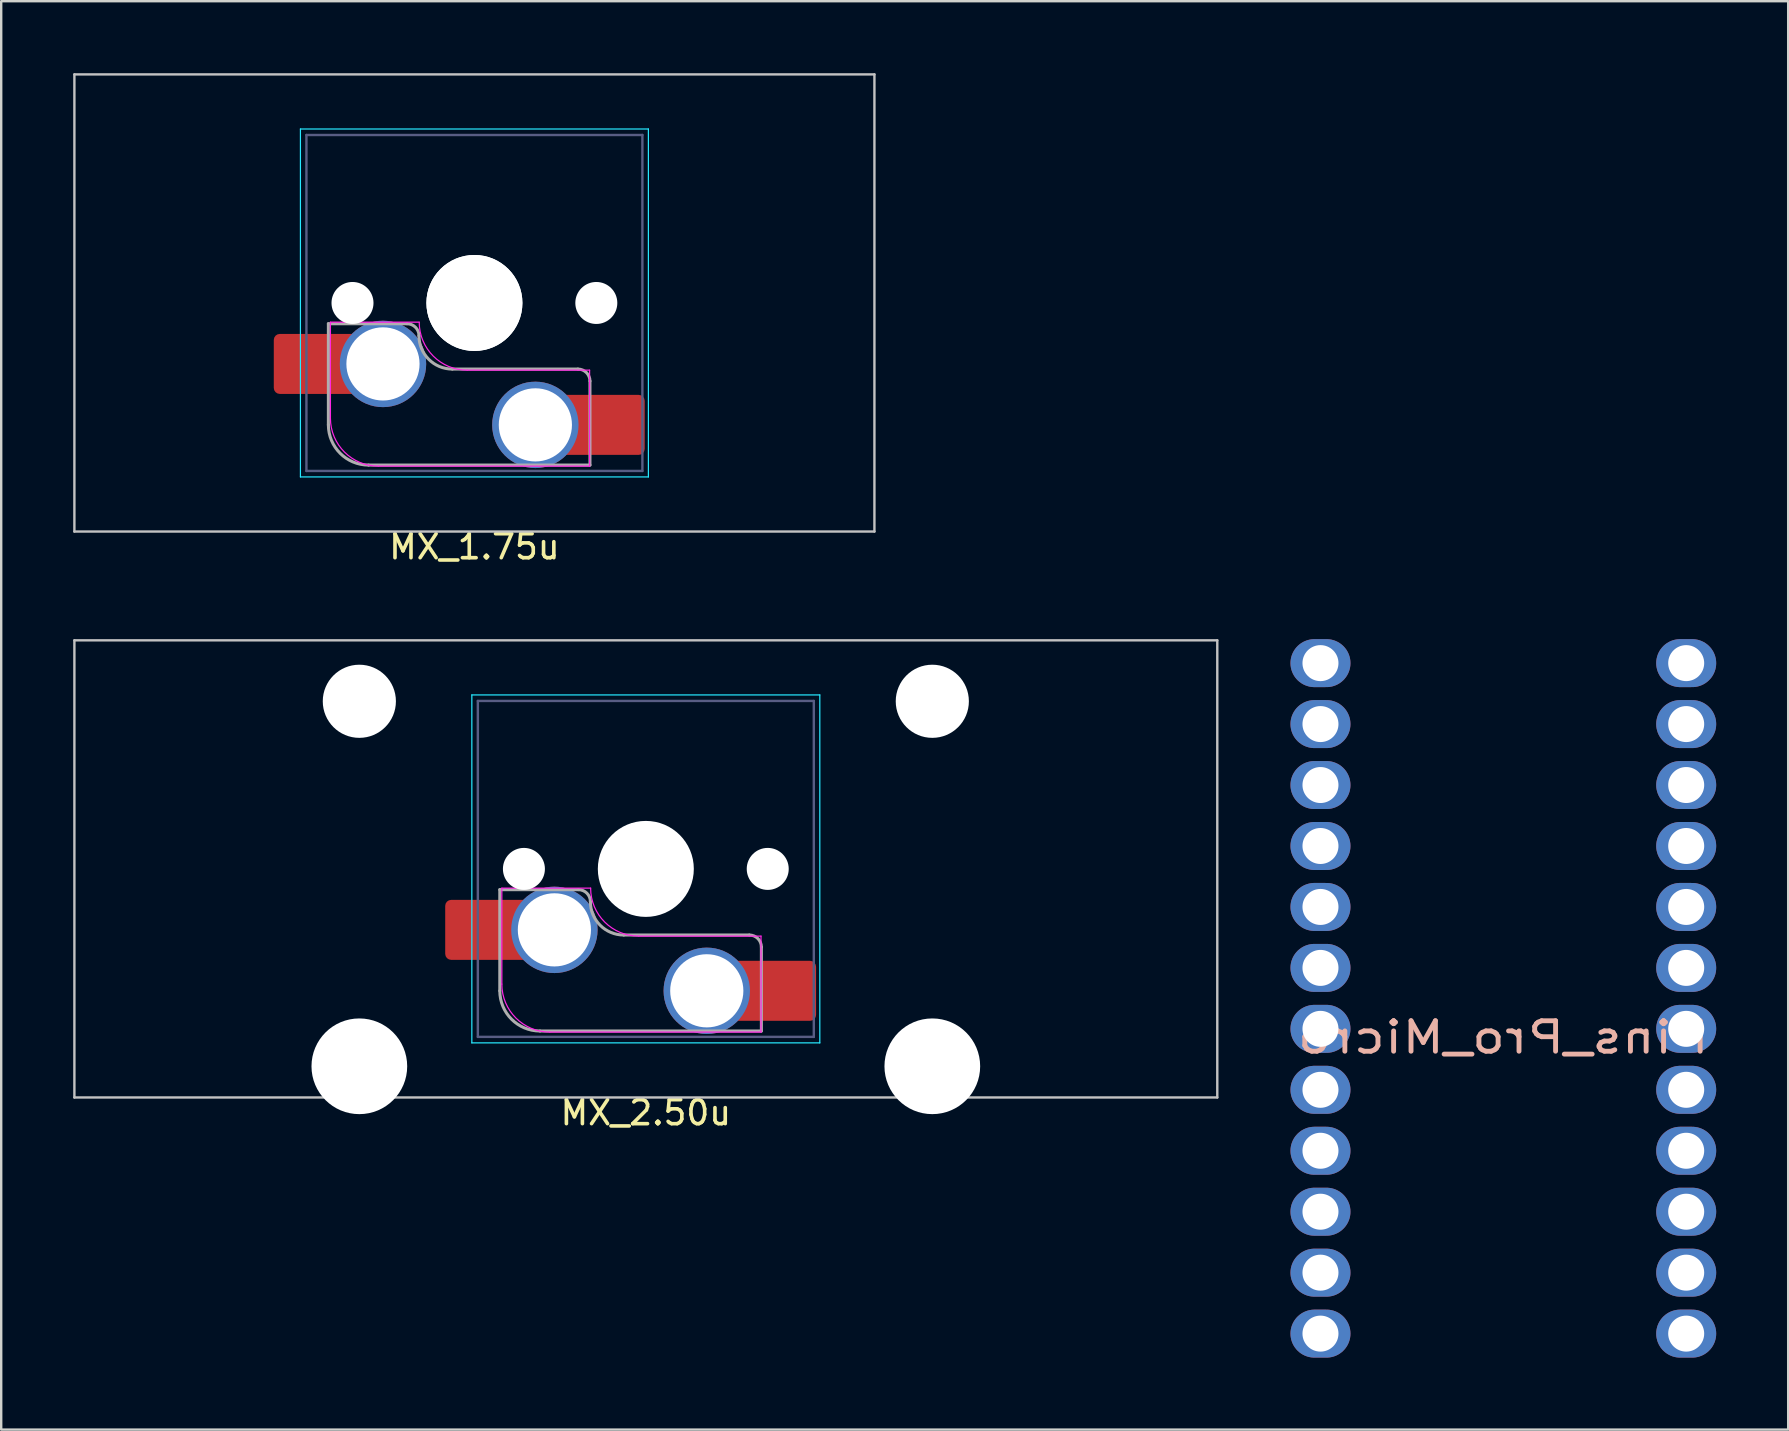
<source format=kicad_pcb>
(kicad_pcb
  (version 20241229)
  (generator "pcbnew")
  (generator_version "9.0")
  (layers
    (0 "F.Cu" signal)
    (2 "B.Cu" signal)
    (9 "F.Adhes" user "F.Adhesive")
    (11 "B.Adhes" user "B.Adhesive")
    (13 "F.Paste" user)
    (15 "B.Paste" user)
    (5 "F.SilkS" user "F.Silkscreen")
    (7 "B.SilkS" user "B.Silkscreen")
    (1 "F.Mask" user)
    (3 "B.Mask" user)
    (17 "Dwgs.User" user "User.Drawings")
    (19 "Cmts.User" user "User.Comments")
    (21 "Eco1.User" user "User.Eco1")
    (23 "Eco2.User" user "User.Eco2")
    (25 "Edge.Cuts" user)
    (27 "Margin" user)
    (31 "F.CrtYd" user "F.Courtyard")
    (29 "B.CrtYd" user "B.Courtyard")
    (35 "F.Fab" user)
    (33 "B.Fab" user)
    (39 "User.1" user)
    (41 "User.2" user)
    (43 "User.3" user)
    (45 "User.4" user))
  (footprint "Pins_Pro_Micro"
    (layer "F.Cu")
    (at 59.595 38.553)
    (property "Reference" "Pins_Pro_Micro" (at 0 1.625 0) (layer "B.SilkS") (effects (font (size 1.27 1.524) (thickness 0.203)) (justify mirror)))
    (attr through_hole)
    (pad "" thru_hole oval (at -7.62 -13.97 90) (size 2 2.5) (drill 1.5) (layers "*.Cu" "*.Mask"))
    (pad "" thru_hole oval (at -7.62 -11.43 90) (size 2 2.5) (drill 1.5) (layers "*.Cu" "*.Mask"))
    (pad "" thru_hole oval (at -7.62 -8.89 90) (size 2 2.5) (drill 1.5) (layers "*.Cu" "*.Mask"))
    (pad "" thru_hole oval (at -7.62 -6.35 90) (size 2 2.5) (drill 1.5) (layers "*.Cu" "*.Mask"))
    (pad "" thru_hole oval (at -7.62 -3.81 90) (size 2 2.5) (drill 1.5) (layers "*.Cu" "*.Mask"))
    (pad "" thru_hole oval (at -7.62 -1.27 90) (size 2 2.5) (drill 1.5) (layers "*.Cu" "*.Mask"))
    (pad "" thru_hole oval (at -7.62 1.27 90) (size 2 2.5) (drill 1.5) (layers "*.Cu" "*.Mask"))
    (pad "" thru_hole oval (at -7.62 3.81 90) (size 2 2.5) (drill 1.5) (layers "*.Cu" "*.Mask"))
    (pad "" thru_hole oval (at -7.62 6.35 90) (size 2 2.5) (drill 1.5) (layers "*.Cu" "*.Mask"))
    (pad "" thru_hole oval (at -7.62 8.89 90) (size 2 2.5) (drill 1.5) (layers "*.Cu" "*.Mask"))
    (pad "" thru_hole oval (at -7.62 11.43 90) (size 2 2.5) (drill 1.5) (layers "*.Cu" "*.Mask"))
    (pad "" thru_hole oval (at -7.62 13.97 90) (size 2 2.5) (drill 1.5) (layers "*.Cu" "*.Mask"))
    (pad "" thru_hole oval (at 7.62 -13.97 90) (size 2 2.5) (drill 1.5) (layers "*.Cu" "*.Mask"))
    (pad "" thru_hole oval (at 7.62 -11.43 90) (size 2 2.5) (drill 1.5) (layers "*.Cu" "*.Mask"))
    (pad "" thru_hole oval (at 7.62 -8.89 90) (size 2 2.5) (drill 1.5) (layers "*.Cu" "*.Mask"))
    (pad "" thru_hole oval (at 7.62 -6.35 90) (size 2 2.5) (drill 1.5) (layers "*.Cu" "*.Mask"))
    (pad "" thru_hole oval (at 7.62 -3.81 90) (size 2 2.5) (drill 1.5) (layers "*.Cu" "*.Mask"))
    (pad "" thru_hole oval (at 7.62 -1.27 90) (size 2 2.5) (drill 1.5) (layers "*.Cu" "*.Mask"))
    (pad "" thru_hole oval (at 7.62 1.27 90) (size 2 2.5) (drill 1.5) (layers "*.Cu" "*.Mask"))
    (pad "" thru_hole oval (at 7.62 3.81 90) (size 2 2.5) (drill 1.5) (layers "*.Cu" "*.Mask"))
    (pad "" thru_hole oval (at 7.62 6.35 90) (size 2 2.5) (drill 1.5) (layers "*.Cu" "*.Mask"))
    (pad "" thru_hole oval (at 7.62 8.89 90) (size 2 2.5) (drill 1.5) (layers "*.Cu" "*.Mask"))
    (pad "" thru_hole oval (at 7.62 11.43 90) (size 2 2.5) (drill 1.5) (layers "*.Cu" "*.Mask"))
    (pad "" thru_hole oval (at 7.62 13.97 90) (size 2 2.5) (drill 1.5) (layers "*.Cu" "*.Mask")))
  (footprint "MX_1.75u"
    (layer "F.Cu")
    (at 16.084 13.385)
    (property "Reference" "MX_1.75u" (at 0.635 6.35 0) (layer "F.SilkS") (effects (font (size 1 1) (thickness 0.15))))
    (attr smd)
    (fp_line (start -16.034 -13.335) (end -16.034 5.715) (stroke (width 0.1) (type solid)) (layer "Dwgs.User"))
    (fp_line (start -16.034 5.715) (end 17.304 5.715) (stroke (width 0.1) (type solid)) (layer "Dwgs.User"))
    (fp_line (start 17.304 -13.335) (end -16.034 -13.335) (stroke (width 0.1) (type solid)) (layer "Dwgs.User"))
    (fp_line (start 17.304 5.715) (end 17.304 -13.335) (stroke (width 0.1) (type solid)) (layer "Dwgs.User"))
    (fp_line (start -6.615 -11.06) (end -6.615 3.44) (stroke (width 0.05) (type solid)) (layer "B.CrtYd"))
    (fp_line (start -6.615 3.44) (end 7.885 3.44) (stroke (width 0.05) (type solid)) (layer "B.CrtYd"))
    (fp_line (start 7.885 -11.06) (end -6.615 -11.06) (stroke (width 0.05) (type solid)) (layer "B.CrtYd"))
    (fp_line (start 7.885 3.44) (end 7.885 -11.06) (stroke (width 0.05) (type solid)) (layer "B.CrtYd"))
    (fp_line (start -5.365 0.99) (end -5.365 -3.01) (stroke (width 0.05) (type solid)) (layer "F.CrtYd"))
    (fp_line (start -1.665 -3.01) (end -5.365 -3.01) (stroke (width 0.05) (type solid)) (layer "F.CrtYd"))
    (fp_line (start 5.435 -1.01) (end 0.335 -1.01) (stroke (width 0.05) (type solid)) (layer "F.CrtYd"))
    (fp_line (start 5.435 -1.01) (end 5.435 2.99) (stroke (width 0.05) (type solid)) (layer "F.CrtYd"))
    (fp_line (start 5.435 2.99) (end -3.365 2.99) (stroke (width 0.05) (type solid)) (layer "F.CrtYd"))
    (fp_arc (start -3.365 2.99) (mid -4.779214 2.404214) (end -5.365 0.99) (stroke (width 0.05) (type solid)) (layer "F.CrtYd"))
    (fp_arc (start 0.335 -1.01) (mid -1.079214 -1.595786) (end -1.665 -3.01) (stroke (width 0.05) (type solid)) (layer "F.CrtYd"))
    (fp_line (start -6.365 -10.81) (end -6.365 3.19) (stroke (width 0.1) (type solid)) (layer "B.Fab"))
    (fp_line (start -6.365 3.19) (end 7.635 3.19) (stroke (width 0.1) (type solid)) (layer "B.Fab"))
    (fp_line (start 7.635 -10.81) (end -6.365 -10.81) (stroke (width 0.1) (type solid)) (layer "B.Fab"))
    (fp_line (start 7.635 3.19) (end 7.635 -10.81) (stroke (width 0.1) (type solid)) (layer "B.Fab"))
    (fp_line (start -5.45 -2.945) (end -2.175 -2.945) (stroke (width 0.127) (type solid)) (layer "F.Fab"))
    (fp_line (start -5.45 1.27) (end -5.45 -2.945) (stroke (width 0.127) (type solid)) (layer "F.Fab"))
    (fp_line (start -0.285 -1.055) (end 4.95 -1.055) (stroke (width 0.127) (type solid)) (layer "F.Fab"))
    (fp_line (start 5.45 -0.555) (end 5.45 2.945) (stroke (width 0.127) (type solid)) (layer "F.Fab"))
    (fp_line (start 5.45 2.945) (end -3.775 2.945) (stroke (width 0.127) (type solid)) (layer "F.Fab"))
    (fp_arc (start -3.775 2.945) (mid -4.959404 2.454404) (end -5.45 1.27) (stroke (width 0.127) (type solid)) (layer "F.Fab"))
    (fp_arc (start -2.175 -2.945) (mid -1.821447 -2.798553) (end -1.675 -2.445) (stroke (width 0.127) (type solid)) (layer "F.Fab"))
    (fp_arc (start -0.285 -1.055) (mid -1.267878 -1.462122) (end -1.675 -2.445) (stroke (width 0.127) (type solid)) (layer "F.Fab"))
    (fp_arc (start 4.95 -1.055) (mid 5.303553 -0.908553) (end 5.45 -0.555) (stroke (width 0.127) (type solid)) (layer "F.Fab"))
    (pad "" np_thru_hole circle (at -4.445 -3.81 180) (size 1.75 1.75) (drill 1.75) (layers "*.Cu" "*.Mask"))
    (pad "" np_thru_hole circle (at 0.635 -3.81 180) (size 4 4) (drill 4) (layers "*.Cu" "*.Mask"))
    (pad "" np_thru_hole circle (at 0.635 -3.81 180) (size 4 4) (drill 4) (layers "*.Cu" "*.Mask"))
    (pad "" np_thru_hole circle (at 5.715 -3.81 180) (size 1.75 1.75) (drill 1.75) (layers "*.Cu" "*.Mask"))
    (pad "1" smd roundrect (at -5.95 -1.27 180) (size 3.55 2.5) (layers "F.Cu") (roundrect_rratio 0.1))
    (pad "1" thru_hole circle (at -3.175 -1.27 180) (size 3.6 3.6) (drill 3.05) (layers "*.Cu" "*.Mask"))
    (pad "2" thru_hole circle (at 3.175 1.27 180) (size 3.6 3.6) (drill 3.05) (layers "*.Cu" "*.Mask"))
    (pad "2" smd roundrect (at 5.955 1.27 180) (size 3.55 2.5) (layers "F.Cu") (roundrect_rratio 0.1)))
  (footprint "MX_2.50u"
    (layer "F.Cu")
    (at 23.227 36.968)
    (property "Reference" "MX_2.50u" (at 0.635 6.35 0) (layer "F.SilkS") (effects (font (size 1 1) (thickness 0.15))))
    (attr smd)
    (fp_line (start -23.177 -13.335) (end -23.177 5.715) (stroke (width 0.1) (type solid)) (layer "Dwgs.User"))
    (fp_line (start -23.177 5.715) (end 24.448 5.715) (stroke (width 0.1) (type solid)) (layer "Dwgs.User"))
    (fp_line (start 24.448 -13.335) (end -23.177 -13.335) (stroke (width 0.1) (type solid)) (layer "Dwgs.User"))
    (fp_line (start 24.448 5.715) (end 24.448 -13.335) (stroke (width 0.1) (type solid)) (layer "Dwgs.User"))
    (fp_line (start -14.678 -9.34) (end -14.678 2.96) (stroke (width 0.1) (type solid)) (layer "Eco1.User"))
    (fp_line (start -14.678 2.96) (end -7.928 2.96) (stroke (width 0.1) (type solid)) (layer "Eco1.User"))
    (fp_line (start -7.928 -9.34) (end -14.678 -9.34) (stroke (width 0.1) (type solid)) (layer "Eco1.User"))
    (fp_line (start -7.928 2.96) (end -7.928 -9.34) (stroke (width 0.1) (type solid)) (layer "Eco1.User"))
    (fp_line (start 9.198 -9.34) (end 9.198 2.96) (stroke (width 0.1) (type solid)) (layer "Eco1.User"))
    (fp_line (start 9.198 2.96) (end 15.948 2.96) (stroke (width 0.1) (type solid)) (layer "Eco1.User"))
    (fp_line (start 15.948 -9.34) (end 9.198 -9.34) (stroke (width 0.1) (type solid)) (layer "Eco1.User"))
    (fp_line (start 15.948 2.96) (end 15.948 -9.34) (stroke (width 0.1) (type solid)) (layer "Eco1.User"))
    (fp_line (start -6.615 -11.06) (end -6.615 3.44) (stroke (width 0.05) (type solid)) (layer "B.CrtYd"))
    (fp_line (start -6.615 3.44) (end 7.885 3.44) (stroke (width 0.05) (type solid)) (layer "B.CrtYd"))
    (fp_line (start 7.885 -11.06) (end -6.615 -11.06) (stroke (width 0.05) (type solid)) (layer "B.CrtYd"))
    (fp_line (start 7.885 3.44) (end 7.885 -11.06) (stroke (width 0.05) (type solid)) (layer "B.CrtYd"))
    (fp_line (start -5.365 0.99) (end -5.365 -3.01) (stroke (width 0.05) (type solid)) (layer "F.CrtYd"))
    (fp_line (start -1.665 -3.01) (end -5.365 -3.01) (stroke (width 0.05) (type solid)) (layer "F.CrtYd"))
    (fp_line (start 5.435 -1.01) (end 0.335 -1.01) (stroke (width 0.05) (type solid)) (layer "F.CrtYd"))
    (fp_line (start 5.435 -1.01) (end 5.435 2.99) (stroke (width 0.05) (type solid)) (layer "F.CrtYd"))
    (fp_line (start 5.435 2.99) (end -3.365 2.99) (stroke (width 0.05) (type solid)) (layer "F.CrtYd"))
    (fp_arc (start -3.365 2.99) (mid -4.779214 2.404214) (end -5.365 0.99) (stroke (width 0.05) (type solid)) (layer "F.CrtYd"))
    (fp_arc (start 0.335 -1.01) (mid -1.079214 -1.595786) (end -1.665 -3.01) (stroke (width 0.05) (type solid)) (layer "F.CrtYd"))
    (fp_line (start -6.365 -10.81) (end -6.365 3.19) (stroke (width 0.1) (type solid)) (layer "B.Fab"))
    (fp_line (start -6.365 3.19) (end 7.635 3.19) (stroke (width 0.1) (type solid)) (layer "B.Fab"))
    (fp_line (start 7.635 -10.81) (end -6.365 -10.81) (stroke (width 0.1) (type solid)) (layer "B.Fab"))
    (fp_line (start 7.635 3.19) (end 7.635 -10.81) (stroke (width 0.1) (type solid)) (layer "B.Fab"))
    (fp_line (start -5.45 -2.945) (end -2.175 -2.945) (stroke (width 0.127) (type solid)) (layer "F.Fab"))
    (fp_line (start -5.45 1.27) (end -5.45 -2.945) (stroke (width 0.127) (type solid)) (layer "F.Fab"))
    (fp_line (start -0.285 -1.055) (end 4.95 -1.055) (stroke (width 0.127) (type solid)) (layer "F.Fab"))
    (fp_line (start 5.45 -0.555) (end 5.45 2.945) (stroke (width 0.127) (type solid)) (layer "F.Fab"))
    (fp_line (start 5.45 2.945) (end -3.775 2.945) (stroke (width 0.127) (type solid)) (layer "F.Fab"))
    (fp_arc (start -3.775 2.945) (mid -4.959404 2.454404) (end -5.45 1.27) (stroke (width 0.127) (type solid)) (layer "F.Fab"))
    (fp_arc (start -2.175 -2.945) (mid -1.821447 -2.798553) (end -1.675 -2.445) (stroke (width 0.127) (type solid)) (layer "F.Fab"))
    (fp_arc (start -0.285 -1.055) (mid -1.267878 -1.462122) (end -1.675 -2.445) (stroke (width 0.127) (type solid)) (layer "F.Fab"))
    (fp_arc (start 4.95 -1.055) (mid 5.303553 -0.908553) (end 5.45 -0.555) (stroke (width 0.127) (type solid)) (layer "F.Fab"))
    (pad "" np_thru_hole circle (at -11.303 -10.795) (size 3.048 3.048) (drill 3.048) (layers "*.Cu" "*.Mask"))
    (pad "" np_thru_hole circle (at -11.303 4.415) (size 3.988 3.988) (drill 3.988) (layers "*.Cu" "*.Mask"))
    (pad "" np_thru_hole circle (at -4.445 -3.81 180) (size 1.75 1.75) (drill 1.75) (layers "*.Cu" "*.Mask"))
    (pad "" np_thru_hole circle (at 0.635 -3.81 180) (size 4 4) (drill 4) (layers "*.Cu" "*.Mask"))
    (pad "" np_thru_hole circle (at 5.715 -3.81 180) (size 1.75 1.75) (drill 1.75) (layers "*.Cu" "*.Mask"))
    (pad "" np_thru_hole circle (at 12.573 -10.795) (size 3.048 3.048) (drill 3.048) (layers "*.Cu" "*.Mask"))
    (pad "" np_thru_hole circle (at 12.573 4.415) (size 3.988 3.988) (drill 3.988) (layers "*.Cu" "*.Mask"))
    (pad "1" smd roundrect (at -5.95 -1.27 180) (size 3.55 2.5) (layers "F.Cu") (roundrect_rratio 0.1))
    (pad "1" thru_hole circle (at -3.175 -1.27 180) (size 3.6 3.6) (drill 3.05) (layers "*.Cu" "*.Mask"))
    (pad "2" thru_hole circle (at 3.175 1.27 180) (size 3.6 3.6) (drill 3.05) (layers "*.Cu" "*.Mask"))
    (pad "2" smd roundrect (at 5.955 1.27 180) (size 3.55 2.5) (layers "F.Cu") (roundrect_rratio 0.1)))
  (gr_rect
    (start -3 -3)
    (end 71.465 56.523)
    (stroke (width 0.1) (type default))
    (fill no)
    (layer "Edge.Cuts")))
</source>
